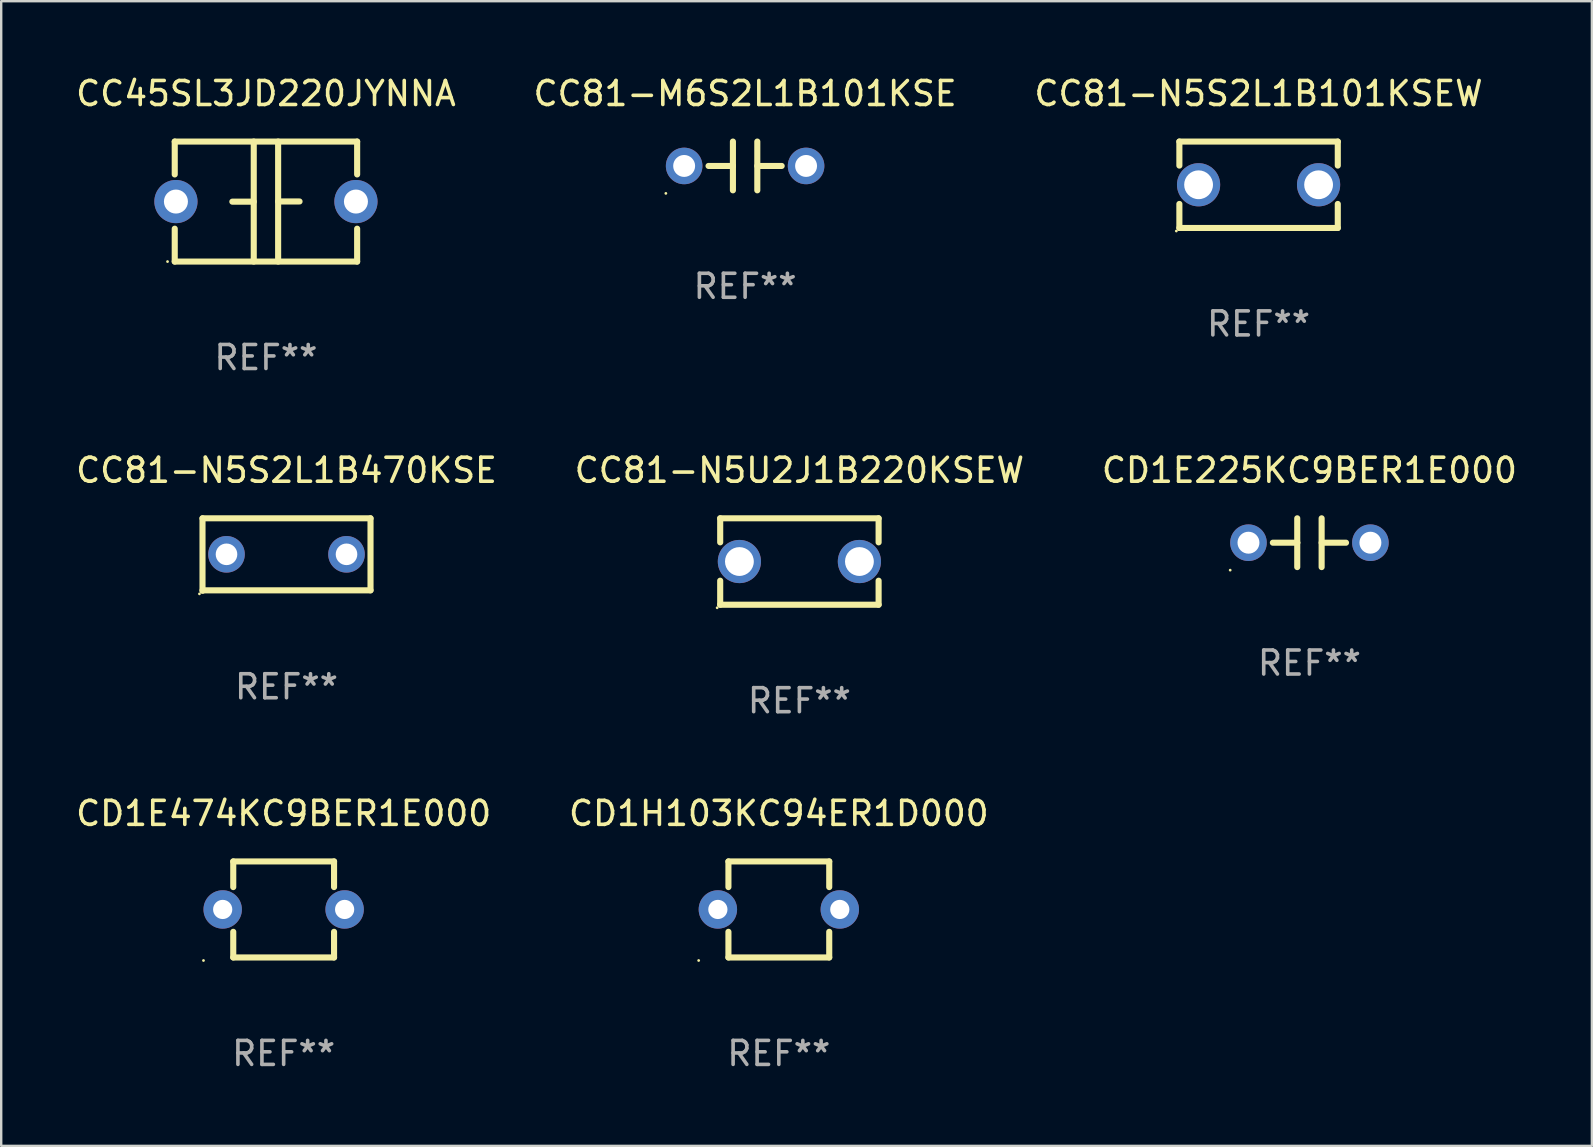
<source format=kicad_pcb>
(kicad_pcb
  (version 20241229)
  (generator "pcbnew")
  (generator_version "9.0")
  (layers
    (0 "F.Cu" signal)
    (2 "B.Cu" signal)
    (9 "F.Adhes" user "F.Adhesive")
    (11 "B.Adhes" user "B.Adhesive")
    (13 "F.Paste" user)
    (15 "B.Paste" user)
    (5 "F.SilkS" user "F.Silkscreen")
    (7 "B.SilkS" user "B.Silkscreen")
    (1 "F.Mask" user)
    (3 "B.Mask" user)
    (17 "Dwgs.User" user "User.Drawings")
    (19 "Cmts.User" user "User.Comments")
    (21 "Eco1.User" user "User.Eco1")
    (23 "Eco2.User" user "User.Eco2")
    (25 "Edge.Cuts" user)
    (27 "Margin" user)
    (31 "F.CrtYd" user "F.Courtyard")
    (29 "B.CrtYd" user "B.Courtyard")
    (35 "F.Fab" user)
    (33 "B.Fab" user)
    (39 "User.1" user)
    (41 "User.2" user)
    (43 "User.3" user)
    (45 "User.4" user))
  (footprint "CD1H103KC94ER1D000"
    (layer "F.Cu")
    (at 29.399 34.841)
    (property "Reference" "CD1H103KC94ER1D000" (at 0 -4 0) (layer "F.SilkS") (effects (font (size 1 1) (thickness 0.15))))
    (attr through_hole)
    (fp_line (start -2.1 -2) (end -2.1 -0.932) (stroke (width 0.254) (type solid)) (layer "F.SilkS"))
    (fp_line (start -2.1 -2) (end 2.1 -2) (stroke (width 0.254) (type solid)) (layer "F.SilkS"))
    (fp_line (start -2.1 0.932) (end -2.1 2) (stroke (width 0.254) (type solid)) (layer "F.SilkS"))
    (fp_line (start -2.1 2) (end 2.1 2) (stroke (width 0.254) (type solid)) (layer "F.SilkS"))
    (fp_line (start 2.1 -2) (end 2.1 -0.932) (stroke (width 0.254) (type solid)) (layer "F.SilkS"))
    (fp_line (start 2.1 0.932) (end 2.1 2) (stroke (width 0.254) (type solid)) (layer "F.SilkS"))
    (fp_circle (center -3.34 2.127) (end -3.31 2.127) (stroke (width 0.06) (type solid)) (fill no) (layer "F.SilkS"))
    (fp_text user "REF**" (at 0 6 0) (layer "F.Fab") (effects (font (size 1 1) (thickness 0.15))))
    (pad "1" thru_hole circle (at -2.54 0) (size 1.6 1.6) (drill 0.8) (layers "*.Cu" "*.Mask"))
    (pad "2" thru_hole circle (at 2.54 0) (size 1.6 1.6) (drill 0.8) (layers "*.Cu" "*.Mask")))
  (footprint "CC81-N5U2J1B220KSEW"
    (layer "F.Cu")
    (at 30.256 20.345)
    (property "Reference" "CC81-N5U2J1B220KSEW" (at 0 -3.8 0) (layer "F.SilkS") (effects (font (size 1 1) (thickness 0.15))))
    (attr through_hole)
    (fp_line (start -3.3 -1.8) (end -3.3 -0.799) (stroke (width 0.254) (type solid)) (layer "F.SilkS"))
    (fp_line (start -3.3 -1.8) (end 3.3 -1.8) (stroke (width 0.254) (type solid)) (layer "F.SilkS"))
    (fp_line (start -3.3 0.799) (end -3.3 1.8) (stroke (width 0.254) (type solid)) (layer "F.SilkS"))
    (fp_line (start 3.3 1.8) (end -3.3 1.8) (stroke (width 0.254) (type solid)) (layer "F.SilkS"))
    (fp_line (start 3.3 -1.8) (end 3.3 -0.799) (stroke (width 0.254) (type solid)) (layer "F.SilkS"))
    (fp_line (start 3.3 0.799) (end 3.3 1.8) (stroke (width 0.254) (type solid)) (layer "F.SilkS"))
    (fp_circle (center -3.427 1.927) (end -3.397 1.927) (stroke (width 0.06) (type solid)) (fill no) (layer "F.SilkS"))
    (fp_text user "REF**" (at 0 5.8 0) (layer "F.Fab") (effects (font (size 1 1) (thickness 0.15))))
    (pad "1" thru_hole circle (at -2.5 0) (size 1.8 1.8) (drill 1.2) (layers "*.Cu" "*.Mask"))
    (pad "2" thru_hole circle (at 2.5 0) (size 1.8 1.8) (drill 1.2) (layers "*.Cu" "*.Mask")))
  (footprint "CC81-N5S2L1B101KSEW"
    (layer "F.Cu")
    (at 49.387 4.648)
    (property "Reference" "CC81-N5S2L1B101KSEW" (at 0 -3.8 0) (layer "F.SilkS") (effects (font (size 1 1) (thickness 0.15))))
    (attr through_hole)
    (fp_line (start -3.3 -1.8) (end -3.3 -0.799) (stroke (width 0.254) (type solid)) (layer "F.SilkS"))
    (fp_line (start -3.3 -1.8) (end 3.3 -1.8) (stroke (width 0.254) (type solid)) (layer "F.SilkS"))
    (fp_line (start -3.3 0.799) (end -3.3 1.8) (stroke (width 0.254) (type solid)) (layer "F.SilkS"))
    (fp_line (start 3.3 1.8) (end -3.3 1.8) (stroke (width 0.254) (type solid)) (layer "F.SilkS"))
    (fp_line (start 3.3 -1.8) (end 3.3 -0.799) (stroke (width 0.254) (type solid)) (layer "F.SilkS"))
    (fp_line (start 3.3 0.799) (end 3.3 1.8) (stroke (width 0.254) (type solid)) (layer "F.SilkS"))
    (fp_circle (center -3.427 1.927) (end -3.397 1.927) (stroke (width 0.06) (type solid)) (fill no) (layer "F.SilkS"))
    (fp_text user "REF**" (at 0 5.8 0) (layer "F.Fab") (effects (font (size 1 1) (thickness 0.15))))
    (pad "1" thru_hole circle (at -2.5 0) (size 1.8 1.8) (drill 1.2) (layers "*.Cu" "*.Mask"))
    (pad "2" thru_hole circle (at 2.5 0) (size 1.8 1.8) (drill 1.2) (layers "*.Cu" "*.Mask")))
  (footprint "CC81-N5S2L1B470KSE"
    (layer "F.Cu")
    (at 8.887 20.055)
    (property "Reference" "CC81-N5S2L1B470KSE" (at 0 -3.51 0) (layer "F.SilkS") (effects (font (size 1 1) (thickness 0.15))))
    (attr through_hole)
    (fp_line (start -3.5 -1.51) (end 3.5 -1.51) (stroke (width 0.254) (type solid)) (layer "F.SilkS"))
    (fp_line (start -3.5 1.51) (end -3.5 -1.51) (stroke (width 0.254) (type solid)) (layer "F.SilkS"))
    (fp_line (start 3.5 -1.51) (end 3.5 1.49) (stroke (width 0.254) (type solid)) (layer "F.SilkS"))
    (fp_line (start 3.5 1.49) (end -3.5 1.49) (stroke (width 0.254) (type solid)) (layer "F.SilkS"))
    (fp_circle (center -3.627 1.637) (end -3.597 1.637) (stroke (width 0.06) (type solid)) (fill no) (layer "F.SilkS"))
    (fp_text user "REF**" (at 0 5.51 0) (layer "F.Fab") (effects (font (size 1 1) (thickness 0.15))))
    (pad "1" thru_hole circle (at -2.5 -0.01) (size 1.524 1.524) (drill 0.9) (layers "*.Cu" "*.Mask"))
    (pad "2" thru_hole circle (at 2.5 -0.01) (size 1.524 1.524) (drill 0.9) (layers "*.Cu" "*.Mask")))
  (footprint "CC81-M6S2L1B101KSE"
    (layer "F.Cu")
    (at 27.994 3.864)
    (property "Reference" "CC81-M6S2L1B101KSE" (at 0 -3.016 0) (layer "F.SilkS") (effects (font (size 1 1) (thickness 0.15))))
    (attr through_hole)
    (fp_line (start -1.524 0) (end -0.508 0) (stroke (width 0.254) (type solid)) (layer "F.SilkS"))
    (fp_line (start -0.508 0) (end -0.508 -1.016) (stroke (width 0.254) (type solid)) (layer "F.SilkS"))
    (fp_line (start -0.508 0) (end -0.508 1.016) (stroke (width 0.254) (type solid)) (layer "F.SilkS"))
    (fp_line (start 0.508 -1.016) (end 0.508 1.016) (stroke (width 0.254) (type solid)) (layer "F.SilkS"))
    (fp_line (start 1.524 0) (end 0.508 0) (stroke (width 0.254) (type solid)) (layer "F.SilkS"))
    (fp_circle (center -3.302 1.143) (end -3.272 1.143) (stroke (width 0.06) (type solid)) (fill no) (layer "F.SilkS"))
    (fp_text user "REF**" (at 0 5.016 0) (layer "F.Fab") (effects (font (size 1 1) (thickness 0.15))))
    (pad "1" thru_hole circle (at -2.54 0) (size 1.524 1.524) (drill 0.914) (layers "*.Cu" "*.Mask"))
    (pad "2" thru_hole circle (at 2.54 0) (size 1.524 1.524) (drill 0.914) (layers "*.Cu" "*.Mask")))
  (footprint "CD1E225KC9BER1E000"
    (layer "F.Cu")
    (at 51.506 19.561)
    (property "Reference" "CD1E225KC9BER1E000" (at 0 -3.016 0) (layer "F.SilkS") (effects (font (size 1 1) (thickness 0.15))))
    (attr through_hole)
    (fp_line (start -1.524 0) (end -0.508 0) (stroke (width 0.254) (type solid)) (layer "F.SilkS"))
    (fp_line (start -0.508 0) (end -0.508 -1.016) (stroke (width 0.254) (type solid)) (layer "F.SilkS"))
    (fp_line (start -0.508 0) (end -0.508 1.016) (stroke (width 0.254) (type solid)) (layer "F.SilkS"))
    (fp_line (start 0.508 -1.016) (end 0.508 1.016) (stroke (width 0.254) (type solid)) (layer "F.SilkS"))
    (fp_line (start 1.524 0) (end 0.508 0) (stroke (width 0.254) (type solid)) (layer "F.SilkS"))
    (fp_circle (center -3.302 1.143) (end -3.272 1.143) (stroke (width 0.06) (type solid)) (fill no) (layer "F.SilkS"))
    (fp_text user "REF**" (at 0 5.016 0) (layer "F.Fab") (effects (font (size 1 1) (thickness 0.15))))
    (pad "1" thru_hole circle (at -2.54 0) (size 1.524 1.524) (drill 0.914) (layers "*.Cu" "*.Mask"))
    (pad "2" thru_hole circle (at 2.54 0) (size 1.524 1.524) (drill 0.914) (layers "*.Cu" "*.Mask")))
  (footprint "CD1E474KC9BER1E000"
    (layer "F.Cu")
    (at 8.768 34.841)
    (property "Reference" "CD1E474KC9BER1E000" (at 0 -4 0) (layer "F.SilkS") (effects (font (size 1 1) (thickness 0.15))))
    (attr through_hole)
    (fp_line (start -2.1 -2) (end -2.1 -0.932) (stroke (width 0.254) (type solid)) (layer "F.SilkS"))
    (fp_line (start -2.1 -2) (end 2.1 -2) (stroke (width 0.254) (type solid)) (layer "F.SilkS"))
    (fp_line (start -2.1 0.932) (end -2.1 2) (stroke (width 0.254) (type solid)) (layer "F.SilkS"))
    (fp_line (start -2.1 2) (end 2.1 2) (stroke (width 0.254) (type solid)) (layer "F.SilkS"))
    (fp_line (start 2.1 -2) (end 2.1 -0.932) (stroke (width 0.254) (type solid)) (layer "F.SilkS"))
    (fp_line (start 2.1 0.932) (end 2.1 2) (stroke (width 0.254) (type solid)) (layer "F.SilkS"))
    (fp_circle (center -3.34 2.127) (end -3.31 2.127) (stroke (width 0.06) (type solid)) (fill no) (layer "F.SilkS"))
    (fp_text user "REF**" (at 0 6 0) (layer "F.Fab") (effects (font (size 1 1) (thickness 0.15))))
    (pad "1" thru_hole circle (at -2.54 0) (size 1.6 1.6) (drill 0.8) (layers "*.Cu" "*.Mask"))
    (pad "2" thru_hole circle (at 2.54 0) (size 1.6 1.6) (drill 0.8) (layers "*.Cu" "*.Mask")))
  (footprint "CC45SL3JD220JYNNA"
    (layer "F.Cu")
    (at 8.03 5.348)
    (property "Reference" "CC45SL3JD220JYNNA" (at 0 -4.5 0) (layer "F.SilkS") (effects (font (size 1 1) (thickness 0.15))))
    (attr through_hole)
    (fp_line (start -3.8 -2.5) (end -3.8 -1.13) (stroke (width 0.254) (type solid)) (layer "F.SilkS"))
    (fp_line (start -3.8 -2.5) (end 3.8 -2.5) (stroke (width 0.254) (type solid)) (layer "F.SilkS"))
    (fp_line (start -3.8 1.13) (end -3.8 2.5) (stroke (width 0.254) (type solid)) (layer "F.SilkS"))
    (fp_line (start -3.8 2.5) (end 3.8 2.5) (stroke (width 0.254) (type solid)) (layer "F.SilkS"))
    (fp_line (start -0.508 0.004) (end -1.4 0.004) (stroke (width 0.254) (type solid)) (layer "F.SilkS"))
    (fp_line (start -0.508 2.5) (end -0.508 -2.5) (stroke (width 0.254) (type solid)) (layer "F.SilkS"))
    (fp_line (start 0.508 -2.5) (end 0.508 2.5) (stroke (width 0.254) (type solid)) (layer "F.SilkS"))
    (fp_line (start 0.508 -0.004) (end 1.4 -0.004) (stroke (width 0.254) (type solid)) (layer "F.SilkS"))
    (fp_line (start 3.8 -2.5) (end 3.8 -1.13) (stroke (width 0.254) (type solid)) (layer "F.SilkS"))
    (fp_line (start 3.8 1.13) (end 3.8 2.5) (stroke (width 0.254) (type solid)) (layer "F.SilkS"))
    (fp_circle (center -4.1 2.5) (end -4.07 2.5) (stroke (width 0.06) (type solid)) (fill no) (layer "F.SilkS"))
    (fp_text user "REF**" (at 0 6.5 0) (layer "F.Fab") (effects (font (size 1 1) (thickness 0.15))))
    (pad "1" thru_hole circle (at -3.75 0) (size 1.8 1.8) (drill 1) (layers "*.Cu" "*.Mask"))
    (pad "2" thru_hole circle (at 3.75 0) (size 1.8 1.8) (drill 1) (layers "*.Cu" "*.Mask")))
  (gr_rect
    (start -3 -3)
    (end 63.274 44.69)
    (stroke (width 0.1) (type default))
    (fill no)
    (layer "Edge.Cuts")))
</source>
